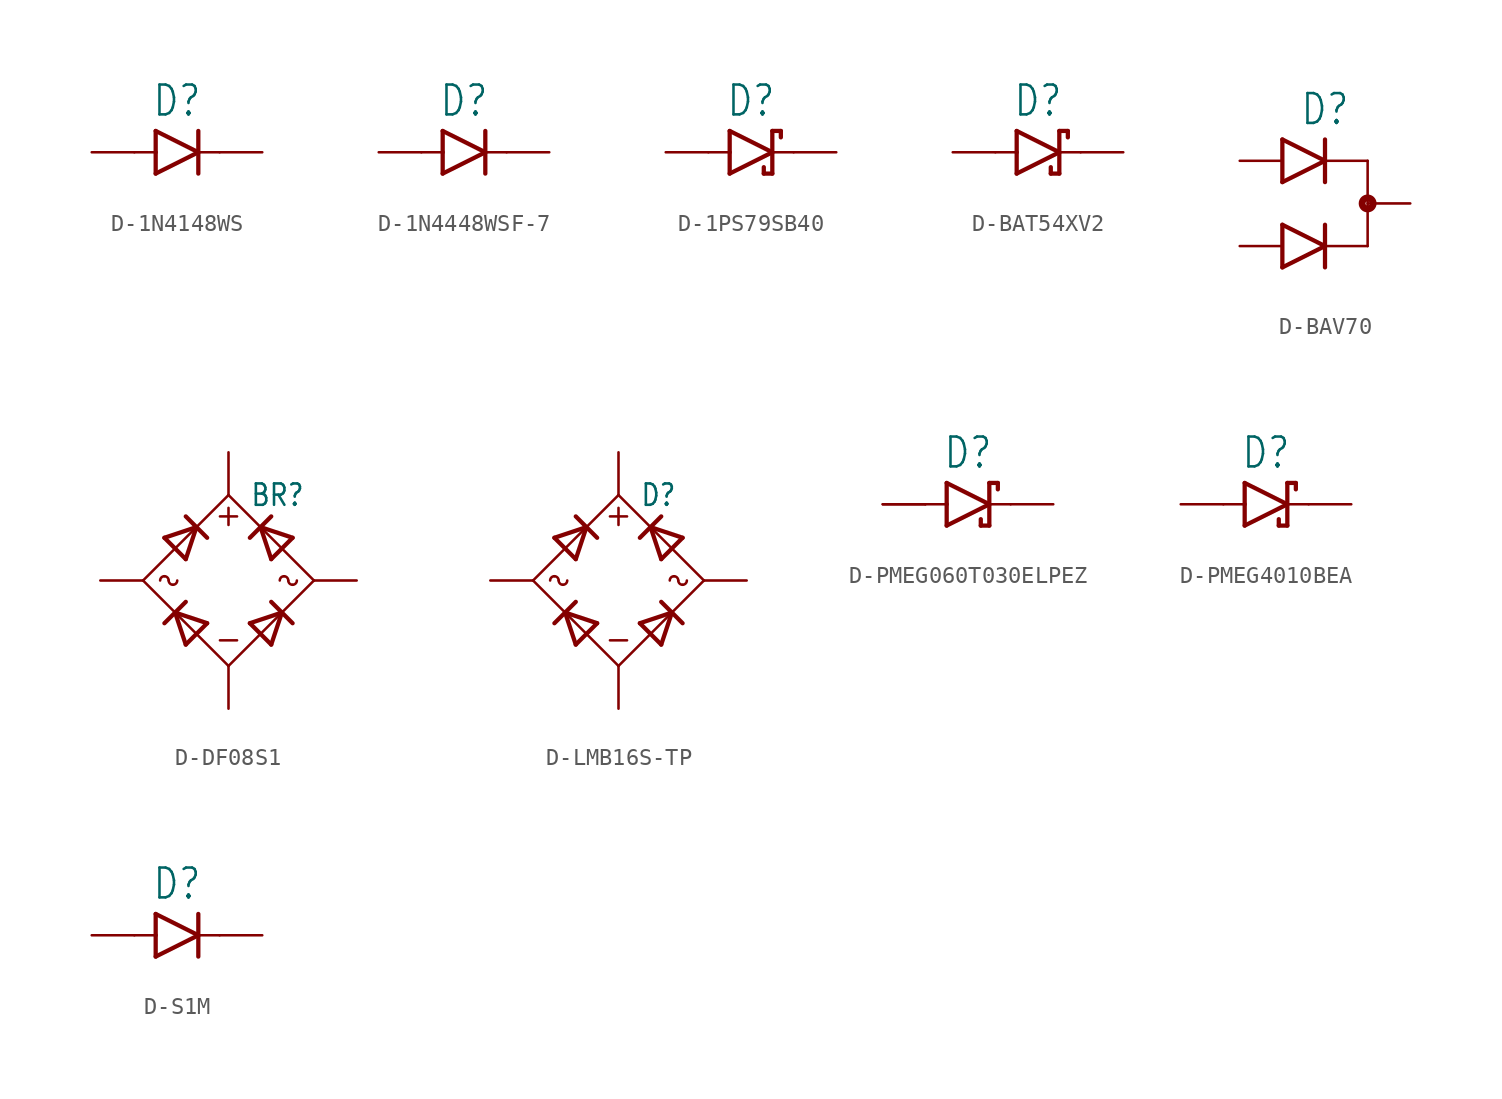
<source format=kicad_sym>
(kicad_symbol_lib
  (version 20231120)
  (generator "kicad_symbol_editor")
  (generator_version "8.0")
  (symbol "D-1N4148WS"
    (property "Reference" "D"
      (at 0 2.032 0)
      (effects (font (size 1.778 1.511)) (justify bottom)))
    (property "Value" ""
      (at 0 -2.032 0)
      (effects (font (size 1.778 1.511)) (justify top)))
    (property "ki_locked" ""
      (at 0 0 0)
      (effects (font (size 1.27 1.27))))
    (symbol "D-1N4148WS_1_0"
      (polyline (pts (xy -2.54 0) (xy -1.27 0)) (stroke (width 0.152) (type solid)) (fill (type none)))
      (polyline (pts (xy -1.27 -1.27) (xy 1.27 0)) (stroke (width 0.254) (type solid)) (fill (type none)))
      (polyline (pts (xy -1.27 0) (xy -1.27 -1.27)) (stroke (width 0.254) (type solid)) (fill (type none)))
      (polyline (pts (xy -1.27 1.27) (xy -1.27 0)) (stroke (width 0.254) (type solid)) (fill (type none)))
      (polyline (pts (xy 1.27 0) (xy -1.27 1.27)) (stroke (width 0.254) (type solid)) (fill (type none)))
      (polyline (pts (xy 1.27 0) (xy 1.27 -1.27)) (stroke (width 0.254) (type solid)) (fill (type none)))
      (polyline (pts (xy 1.27 1.27) (xy 1.27 0)) (stroke (width 0.254) (type solid)) (fill (type none)))
      (polyline (pts (xy 2.54 0) (xy 1.27 0)) (stroke (width 0.152) (type solid)) (fill (type none)))
      (pin passive line (at 5.08 0 180) (length 2.54) (name "C" (effects (font (size 0 0)))) (number "1" (effects (font (size 0 0)))))
      (pin passive line (at -5.08 0 0) (length 2.54) (name "A" (effects (font (size 0 0)))) (number "2" (effects (font (size 0 0)))))))
  (symbol "D-1N4448WSF-7"
    (property "Reference" "D"
      (at 0 2.032 0)
      (effects (font (size 1.778 1.511)) (justify bottom)))
    (property "Value" ""
      (at 0 -2.032 0)
      (effects (font (size 1.778 1.511)) (justify top)))
    (property "ki_locked" ""
      (at 0 0 0)
      (effects (font (size 1.27 1.27))))
    (symbol "D-1N4448WSF-7_1_0"
      (polyline (pts (xy -2.54 0) (xy -1.27 0)) (stroke (width 0.152) (type solid)) (fill (type none)))
      (polyline (pts (xy -1.27 -1.27) (xy 1.27 0)) (stroke (width 0.254) (type solid)) (fill (type none)))
      (polyline (pts (xy -1.27 0) (xy -1.27 -1.27)) (stroke (width 0.254) (type solid)) (fill (type none)))
      (polyline (pts (xy -1.27 1.27) (xy -1.27 0)) (stroke (width 0.254) (type solid)) (fill (type none)))
      (polyline (pts (xy 1.27 0) (xy -1.27 1.27)) (stroke (width 0.254) (type solid)) (fill (type none)))
      (polyline (pts (xy 1.27 0) (xy 1.27 -1.27)) (stroke (width 0.254) (type solid)) (fill (type none)))
      (polyline (pts (xy 1.27 1.27) (xy 1.27 0)) (stroke (width 0.254) (type solid)) (fill (type none)))
      (polyline (pts (xy 2.54 0) (xy 1.27 0)) (stroke (width 0.152) (type solid)) (fill (type none)))
      (pin passive line (at 5.08 0 180) (length 2.54) (name "C" (effects (font (size 0 0)))) (number "1" (effects (font (size 0 0)))))
      (pin passive line (at -5.08 0 0) (length 2.54) (name "A" (effects (font (size 0 0)))) (number "2" (effects (font (size 0 0)))))))
  (symbol "D-1PS79SB40"
    (property "Reference" "D"
      (at 0 2.032 0)
      (effects (font (size 1.778 1.511)) (justify bottom)))
    (property "Value" ""
      (at 0 -2.032 0)
      (effects (font (size 1.778 1.511)) (justify top)))
    (property "ki_locked" ""
      (at 0 0 0)
      (effects (font (size 1.27 1.27))))
    (symbol "D-1PS79SB40_1_0"
      (polyline (pts (xy -2.54 0) (xy -1.27 0)) (stroke (width 0.152) (type solid)) (fill (type none)))
      (polyline (pts (xy -1.27 -1.27) (xy 1.27 0)) (stroke (width 0.254) (type solid)) (fill (type none)))
      (polyline (pts (xy -1.27 0) (xy -1.27 -1.27)) (stroke (width 0.254) (type solid)) (fill (type none)))
      (polyline (pts (xy -1.27 1.27) (xy -1.27 0)) (stroke (width 0.254) (type solid)) (fill (type none)))
      (polyline (pts (xy 0.762 -1.27) (xy 0.762 -0.889)) (stroke (width 0.254) (type solid)) (fill (type none)))
      (polyline (pts (xy 1.27 -1.27) (xy 0.762 -1.27)) (stroke (width 0.254) (type solid)) (fill (type none)))
      (polyline (pts (xy 1.27 0) (xy -1.27 1.27)) (stroke (width 0.254) (type solid)) (fill (type none)))
      (polyline (pts (xy 1.27 0) (xy 1.27 -1.27)) (stroke (width 0.254) (type solid)) (fill (type none)))
      (polyline (pts (xy 1.27 1.27) (xy 1.27 0)) (stroke (width 0.254) (type solid)) (fill (type none)))
      (polyline (pts (xy 1.27 1.27) (xy 1.778 1.27)) (stroke (width 0.254) (type solid)) (fill (type none)))
      (polyline (pts (xy 1.778 0.889) (xy 1.778 1.27)) (stroke (width 0.254) (type solid)) (fill (type none)))
      (polyline (pts (xy 2.54 0) (xy 1.27 0)) (stroke (width 0.152) (type solid)) (fill (type none)))
      (pin passive line (at 5.08 0 180) (length 2.54) (name "C" (effects (font (size 0 0)))) (number "1" (effects (font (size 0 0)))))
      (pin passive line (at -5.08 0 0) (length 2.54) (name "A" (effects (font (size 0 0)))) (number "2" (effects (font (size 0 0)))))))
  (symbol "D-BAT54XV2"
    (property "Reference" "D"
      (at 0 2.032 0)
      (effects (font (size 1.778 1.511)) (justify bottom)))
    (property "Value" ""
      (at 0 -2.032 0)
      (effects (font (size 1.778 1.511)) (justify top)))
    (property "ki_locked" ""
      (at 0 0 0)
      (effects (font (size 1.27 1.27))))
    (symbol "D-BAT54XV2_1_0"
      (polyline (pts (xy -2.54 0) (xy -1.27 0)) (stroke (width 0.152) (type solid)) (fill (type none)))
      (polyline (pts (xy -1.27 -1.27) (xy 1.27 0)) (stroke (width 0.254) (type solid)) (fill (type none)))
      (polyline (pts (xy -1.27 0) (xy -1.27 -1.27)) (stroke (width 0.254) (type solid)) (fill (type none)))
      (polyline (pts (xy -1.27 1.27) (xy -1.27 0)) (stroke (width 0.254) (type solid)) (fill (type none)))
      (polyline (pts (xy 0.762 -1.27) (xy 0.762 -0.889)) (stroke (width 0.254) (type solid)) (fill (type none)))
      (polyline (pts (xy 1.27 -1.27) (xy 0.762 -1.27)) (stroke (width 0.254) (type solid)) (fill (type none)))
      (polyline (pts (xy 1.27 0) (xy -1.27 1.27)) (stroke (width 0.254) (type solid)) (fill (type none)))
      (polyline (pts (xy 1.27 0) (xy 1.27 -1.27)) (stroke (width 0.254) (type solid)) (fill (type none)))
      (polyline (pts (xy 1.27 1.27) (xy 1.27 0)) (stroke (width 0.254) (type solid)) (fill (type none)))
      (polyline (pts (xy 1.27 1.27) (xy 1.778 1.27)) (stroke (width 0.254) (type solid)) (fill (type none)))
      (polyline (pts (xy 1.778 0.889) (xy 1.778 1.27)) (stroke (width 0.254) (type solid)) (fill (type none)))
      (polyline (pts (xy 2.54 0) (xy 1.27 0)) (stroke (width 0.152) (type solid)) (fill (type none)))
      (pin passive line (at 5.08 0 180) (length 2.54) (name "C" (effects (font (size 0 0)))) (number "1" (effects (font (size 0 0)))))
      (pin passive line (at -5.08 0 0) (length 2.54) (name "A" (effects (font (size 0 0)))) (number "2" (effects (font (size 0 0)))))))
  (symbol "D-BAV70"
    (property "Reference" "D"
      (at 0 4.572 0)
      (effects (font (size 1.778 1.511)) (justify bottom)))
    (property "Value" ""
      (at 0 -4.572 0)
      (effects (font (size 1.778 1.511)) (justify top)))
    (property "ki_locked" ""
      (at 0 0 0)
      (effects (font (size 1.27 1.27))))
    (symbol "D-BAV70_1_0"
      (polyline (pts (xy -2.54 -3.81) (xy 0 -2.54)) (stroke (width 0.254) (type solid)) (fill (type none)))
      (polyline (pts (xy -2.54 -1.27) (xy -2.54 -3.81)) (stroke (width 0.254) (type solid)) (fill (type none)))
      (polyline (pts (xy -2.54 1.27) (xy 0 2.54)) (stroke (width 0.254) (type solid)) (fill (type none)))
      (polyline (pts (xy -2.54 3.81) (xy -2.54 1.27)) (stroke (width 0.254) (type solid)) (fill (type none)))
      (polyline (pts (xy 0 -2.54) (xy -2.54 -1.27)) (stroke (width 0.254) (type solid)) (fill (type none)))
      (polyline (pts (xy 0 -2.54) (xy 0 -3.81)) (stroke (width 0.254) (type solid)) (fill (type none)))
      (polyline (pts (xy 0 -2.54) (xy 2.54 -2.54)) (stroke (width 0.152) (type solid)) (fill (type none)))
      (polyline (pts (xy 0 -1.27) (xy 0 -2.54)) (stroke (width 0.254) (type solid)) (fill (type none)))
      (polyline (pts (xy 0 2.54) (xy -2.54 3.81)) (stroke (width 0.254) (type solid)) (fill (type none)))
      (polyline (pts (xy 0 2.54) (xy 0 1.27)) (stroke (width 0.254) (type solid)) (fill (type none)))
      (polyline (pts (xy 0 2.54) (xy 2.54 2.54)) (stroke (width 0.152) (type solid)) (fill (type none)))
      (polyline (pts (xy 0 3.81) (xy 0 2.54)) (stroke (width 0.254) (type solid)) (fill (type none)))
      (polyline (pts (xy 2.54 -2.54) (xy 2.54 2.54)) (stroke (width 0.152) (type solid)) (fill (type none)))
      (circle (center 2.54 0) (radius 0.127) (stroke (width 0.406) (type solid)) (fill (type none)))
      (pin passive line (at -5.08 2.54 0) (length 2.54) (name "A1" (effects (font (size 0 0)))) (number "1" (effects (font (size 0 0)))))
      (pin passive line (at -5.08 -2.54 0) (length 2.54) (name "A2" (effects (font (size 0 0)))) (number "2" (effects (font (size 0 0)))))
      (pin passive line (at 5.08 0 180) (length 2.54) (name "C" (effects (font (size 0 0)))) (number "3" (effects (font (size 0 0)))))))
  (symbol "D-DF08S1"
    (property "Reference" "BR"
      (at 1.27 5.08 0)
      (effects (font (size 1.27 1.079)) (justify left)))
    (property "Value" ""
      (at 1.27 -5.08 0)
      (effects (font (size 1.27 1.079)) (justify left)))
    (property "ki_locked" ""
      (at 0 0 0)
      (effects (font (size 1.27 1.27))))
    (symbol "D-DF08S1_1_0"
      (arc (start -3.81 0.254) (mid -3.9896 0.1796) (end -4.064 0) (stroke (width 0.1524) (type solid)) (fill (type none)))
      (arc (start -3.556 0) (mid -3.6304 0.1796) (end -3.81 0.254) (stroke (width 0.1524) (type solid)) (fill (type none)))
      (arc (start -3.556 0) (mid -3.4816 -0.1796) (end -3.302 -0.254) (stroke (width 0.1524) (type solid)) (fill (type none)))
      (arc (start -3.302 -0.254) (mid -3.1224 -0.1796) (end -3.048 0) (stroke (width 0.1524) (type solid)) (fill (type none)))
      (polyline (pts (xy -5.08 0) (xy 0 -5.08)) (stroke (width 0.152) (type solid)) (fill (type none)))
      (polyline (pts (xy -3.81 -2.54) (xy -2.54 -1.27)) (stroke (width 0.254) (type solid)) (fill (type none)))
      (polyline (pts (xy -3.81 2.54) (xy -1.905 3.175)) (stroke (width 0.254) (type solid)) (fill (type none)))
      (polyline (pts (xy -3.175 -1.905) (xy -1.27 -2.54)) (stroke (width 0.254) (type solid)) (fill (type none)))
      (polyline (pts (xy -2.54 -3.81) (xy -3.175 -1.905)) (stroke (width 0.254) (type solid)) (fill (type none)))
      (polyline (pts (xy -2.54 1.27) (xy -3.81 2.54)) (stroke (width 0.254) (type solid)) (fill (type none)))
      (polyline (pts (xy -2.54 3.81) (xy -1.27 2.54)) (stroke (width 0.254) (type solid)) (fill (type none)))
      (polyline (pts (xy -1.905 3.175) (xy -2.54 1.27)) (stroke (width 0.254) (type solid)) (fill (type none)))
      (polyline (pts (xy -1.27 -2.54) (xy -2.54 -3.81)) (stroke (width 0.254) (type solid)) (fill (type none)))
      (polyline (pts (xy -0.508 -3.556) (xy 0.508 -3.556)) (stroke (width 0.152) (type solid)) (fill (type none)))
      (polyline (pts (xy -0.508 3.81) (xy 0.508 3.81)) (stroke (width 0.152) (type solid)) (fill (type none)))
      (polyline (pts (xy 0 -5.08) (xy 5.08 0)) (stroke (width 0.152) (type solid)) (fill (type none)))
      (polyline (pts (xy 0 4.318) (xy 0 3.302)) (stroke (width 0.152) (type solid)) (fill (type none)))
      (polyline (pts (xy 0 5.08) (xy -5.08 0)) (stroke (width 0.152) (type solid)) (fill (type none)))
      (polyline (pts (xy 1.27 -2.54) (xy 3.175 -1.905)) (stroke (width 0.254) (type solid)) (fill (type none)))
      (polyline (pts (xy 1.27 2.54) (xy 2.54 3.81)) (stroke (width 0.254) (type solid)) (fill (type none)))
      (polyline (pts (xy 1.905 3.175) (xy 3.81 2.54)) (stroke (width 0.254) (type solid)) (fill (type none)))
      (polyline (pts (xy 2.54 -3.81) (xy 1.27 -2.54)) (stroke (width 0.254) (type solid)) (fill (type none)))
      (polyline (pts (xy 2.54 -1.27) (xy 3.81 -2.54)) (stroke (width 0.254) (type solid)) (fill (type none)))
      (polyline (pts (xy 2.54 1.27) (xy 1.905 3.175)) (stroke (width 0.254) (type solid)) (fill (type none)))
      (polyline (pts (xy 3.175 -1.905) (xy 2.54 -3.81)) (stroke (width 0.254) (type solid)) (fill (type none)))
      (polyline (pts (xy 3.81 2.54) (xy 2.54 1.27)) (stroke (width 0.254) (type solid)) (fill (type none)))
      (polyline (pts (xy 5.08 0) (xy 0 5.08)) (stroke (width 0.152) (type solid)) (fill (type none)))
      (arc (start 3.302 0.254) (mid 3.1224 0.1796) (end 3.048 0) (stroke (width 0.1524) (type solid)) (fill (type none)))
      (arc (start 3.556 0) (mid 3.4816 0.1796) (end 3.302 0.254) (stroke (width 0.1524) (type solid)) (fill (type none)))
      (arc (start 3.556 0) (mid 3.6304 -0.1796) (end 3.81 -0.254) (stroke (width 0.1524) (type solid)) (fill (type none)))
      (arc (start 3.81 -0.254) (mid 3.9896 -0.1796) (end 4.064 0) (stroke (width 0.1524) (type solid)) (fill (type none)))
      (pin passive line (at -7.62 0 0) (length 2.54) (name "AC1" (effects (font (size 0 0)))) (number "AC1" (effects (font (size 0 0)))))
      (pin passive line (at 7.62 0 180) (length 2.54) (name "AC2" (effects (font (size 0 0)))) (number "AC2" (effects (font (size 0 0)))))
      (pin passive line (at 0 -7.62 90) (length 2.54) (name "MINUS" (effects (font (size 0 0)))) (number "MINUS" (effects (font (size 0 0)))))
      (pin passive line (at 0 7.62 270) (length 2.54) (name "PLUS" (effects (font (size 0 0)))) (number "PLUS" (effects (font (size 0 0)))))))
  (symbol "D-LMB16S-TP"
    (property "Reference" "D"
      (at 1.27 5.08 0)
      (effects (font (size 1.27 1.079)) (justify left)))
    (property "Value" ""
      (at 1.27 -5.08 0)
      (effects (font (size 1.27 1.079)) (justify left)))
    (property "ki_locked" ""
      (at 0 0 0)
      (effects (font (size 1.27 1.27))))
    (symbol "D-LMB16S-TP_1_0"
      (arc (start -3.81 0.254) (mid -3.9896 0.1796) (end -4.064 0) (stroke (width 0.1524) (type solid)) (fill (type none)))
      (arc (start -3.556 0) (mid -3.6304 0.1796) (end -3.81 0.254) (stroke (width 0.1524) (type solid)) (fill (type none)))
      (arc (start -3.556 0) (mid -3.4816 -0.1796) (end -3.302 -0.254) (stroke (width 0.1524) (type solid)) (fill (type none)))
      (arc (start -3.302 -0.254) (mid -3.1224 -0.1796) (end -3.048 0) (stroke (width 0.1524) (type solid)) (fill (type none)))
      (polyline (pts (xy -5.08 0) (xy 0 -5.08)) (stroke (width 0.152) (type solid)) (fill (type none)))
      (polyline (pts (xy -3.81 -2.54) (xy -2.54 -1.27)) (stroke (width 0.254) (type solid)) (fill (type none)))
      (polyline (pts (xy -3.81 2.54) (xy -1.905 3.175)) (stroke (width 0.254) (type solid)) (fill (type none)))
      (polyline (pts (xy -3.175 -1.905) (xy -1.27 -2.54)) (stroke (width 0.254) (type solid)) (fill (type none)))
      (polyline (pts (xy -2.54 -3.81) (xy -3.175 -1.905)) (stroke (width 0.254) (type solid)) (fill (type none)))
      (polyline (pts (xy -2.54 1.27) (xy -3.81 2.54)) (stroke (width 0.254) (type solid)) (fill (type none)))
      (polyline (pts (xy -2.54 3.81) (xy -1.27 2.54)) (stroke (width 0.254) (type solid)) (fill (type none)))
      (polyline (pts (xy -1.905 3.175) (xy -2.54 1.27)) (stroke (width 0.254) (type solid)) (fill (type none)))
      (polyline (pts (xy -1.27 -2.54) (xy -2.54 -3.81)) (stroke (width 0.254) (type solid)) (fill (type none)))
      (polyline (pts (xy -0.508 -3.556) (xy 0.508 -3.556)) (stroke (width 0.152) (type solid)) (fill (type none)))
      (polyline (pts (xy -0.508 3.81) (xy 0.508 3.81)) (stroke (width 0.152) (type solid)) (fill (type none)))
      (polyline (pts (xy 0 -5.08) (xy 5.08 0)) (stroke (width 0.152) (type solid)) (fill (type none)))
      (polyline (pts (xy 0 4.318) (xy 0 3.302)) (stroke (width 0.152) (type solid)) (fill (type none)))
      (polyline (pts (xy 0 5.08) (xy -5.08 0)) (stroke (width 0.152) (type solid)) (fill (type none)))
      (polyline (pts (xy 1.27 -2.54) (xy 3.175 -1.905)) (stroke (width 0.254) (type solid)) (fill (type none)))
      (polyline (pts (xy 1.27 2.54) (xy 2.54 3.81)) (stroke (width 0.254) (type solid)) (fill (type none)))
      (polyline (pts (xy 1.905 3.175) (xy 3.81 2.54)) (stroke (width 0.254) (type solid)) (fill (type none)))
      (polyline (pts (xy 2.54 -3.81) (xy 1.27 -2.54)) (stroke (width 0.254) (type solid)) (fill (type none)))
      (polyline (pts (xy 2.54 -1.27) (xy 3.81 -2.54)) (stroke (width 0.254) (type solid)) (fill (type none)))
      (polyline (pts (xy 2.54 1.27) (xy 1.905 3.175)) (stroke (width 0.254) (type solid)) (fill (type none)))
      (polyline (pts (xy 3.175 -1.905) (xy 2.54 -3.81)) (stroke (width 0.254) (type solid)) (fill (type none)))
      (polyline (pts (xy 3.81 2.54) (xy 2.54 1.27)) (stroke (width 0.254) (type solid)) (fill (type none)))
      (polyline (pts (xy 5.08 0) (xy 0 5.08)) (stroke (width 0.152) (type solid)) (fill (type none)))
      (arc (start 3.302 0.254) (mid 3.1224 0.1796) (end 3.048 0) (stroke (width 0.1524) (type solid)) (fill (type none)))
      (arc (start 3.556 0) (mid 3.4816 0.1796) (end 3.302 0.254) (stroke (width 0.1524) (type solid)) (fill (type none)))
      (arc (start 3.556 0) (mid 3.6304 -0.1796) (end 3.81 -0.254) (stroke (width 0.1524) (type solid)) (fill (type none)))
      (arc (start 3.81 -0.254) (mid 3.9896 -0.1796) (end 4.064 0) (stroke (width 0.1524) (type solid)) (fill (type none)))
      (pin passive line (at -7.62 0 0) (length 2.54) (name "AC1" (effects (font (size 0 0)))) (number "AC1" (effects (font (size 0 0)))))
      (pin passive line (at 7.62 0 180) (length 2.54) (name "AC2" (effects (font (size 0 0)))) (number "AC2" (effects (font (size 0 0)))))
      (pin passive line (at 0 -7.62 90) (length 2.54) (name "MINUS" (effects (font (size 0 0)))) (number "MINUS" (effects (font (size 0 0)))))
      (pin passive line (at 0 7.62 270) (length 2.54) (name "PLUS" (effects (font (size 0 0)))) (number "PLUS" (effects (font (size 0 0)))))))
  (symbol "D-PMEG060T030ELPEZ"
    (property "Reference" "D"
      (at 0 2.032 0)
      (effects (font (size 1.778 1.511)) (justify bottom)))
    (property "Value" ""
      (at 0 -2.032 0)
      (effects (font (size 1.778 1.511)) (justify top)))
    (property "ki_locked" ""
      (at 0 0 0)
      (effects (font (size 1.27 1.27))))
    (symbol "D-PMEG060T030ELPEZ_1_0"
      (polyline (pts (xy -2.54 0) (xy -1.27 0)) (stroke (width 0.152) (type solid)) (fill (type none)))
      (polyline (pts (xy -1.27 -1.27) (xy 1.27 0)) (stroke (width 0.254) (type solid)) (fill (type none)))
      (polyline (pts (xy -1.27 0) (xy -1.27 -1.27)) (stroke (width 0.254) (type solid)) (fill (type none)))
      (polyline (pts (xy -1.27 1.27) (xy -1.27 0)) (stroke (width 0.254) (type solid)) (fill (type none)))
      (polyline (pts (xy 0.762 -1.27) (xy 0.762 -0.889)) (stroke (width 0.254) (type solid)) (fill (type none)))
      (polyline (pts (xy 1.27 -1.27) (xy 0.762 -1.27)) (stroke (width 0.254) (type solid)) (fill (type none)))
      (polyline (pts (xy 1.27 0) (xy -1.27 1.27)) (stroke (width 0.254) (type solid)) (fill (type none)))
      (polyline (pts (xy 1.27 0) (xy 1.27 -1.27)) (stroke (width 0.254) (type solid)) (fill (type none)))
      (polyline (pts (xy 1.27 1.27) (xy 1.27 0)) (stroke (width 0.254) (type solid)) (fill (type none)))
      (polyline (pts (xy 1.27 1.27) (xy 1.778 1.27)) (stroke (width 0.254) (type solid)) (fill (type none)))
      (polyline (pts (xy 1.778 0.889) (xy 1.778 1.27)) (stroke (width 0.254) (type solid)) (fill (type none)))
      (polyline (pts (xy 2.54 0) (xy 1.27 0)) (stroke (width 0.152) (type solid)) (fill (type none)))
      (pin passive line (at -5.08 0 0) (length 2.54) (name "A" (effects (font (size 0 0)))) (number "1" (effects (font (size 0 0)))))
      (pin passive line (at -5.08 0 0) (length 2.54) (name "A" (effects (font (size 0 0)))) (number "2" (effects (font (size 0 0)))))
      (pin passive line (at 5.08 0 180) (length 2.54) (name "C" (effects (font (size 0 0)))) (number "3" (effects (font (size 0 0)))))))
  (symbol "D-PMEG4010BEA"
    (property "Reference" "D"
      (at 0 2.032 0)
      (effects (font (size 1.778 1.511)) (justify bottom)))
    (property "Value" ""
      (at 0 -2.032 0)
      (effects (font (size 1.778 1.511)) (justify top)))
    (property "ki_locked" ""
      (at 0 0 0)
      (effects (font (size 1.27 1.27))))
    (symbol "D-PMEG4010BEA_1_0"
      (polyline (pts (xy -2.54 0) (xy -1.27 0)) (stroke (width 0.152) (type solid)) (fill (type none)))
      (polyline (pts (xy -1.27 -1.27) (xy 1.27 0)) (stroke (width 0.254) (type solid)) (fill (type none)))
      (polyline (pts (xy -1.27 0) (xy -1.27 -1.27)) (stroke (width 0.254) (type solid)) (fill (type none)))
      (polyline (pts (xy -1.27 1.27) (xy -1.27 0)) (stroke (width 0.254) (type solid)) (fill (type none)))
      (polyline (pts (xy 0.762 -1.27) (xy 0.762 -0.889)) (stroke (width 0.254) (type solid)) (fill (type none)))
      (polyline (pts (xy 1.27 -1.27) (xy 0.762 -1.27)) (stroke (width 0.254) (type solid)) (fill (type none)))
      (polyline (pts (xy 1.27 0) (xy -1.27 1.27)) (stroke (width 0.254) (type solid)) (fill (type none)))
      (polyline (pts (xy 1.27 0) (xy 1.27 -1.27)) (stroke (width 0.254) (type solid)) (fill (type none)))
      (polyline (pts (xy 1.27 1.27) (xy 1.27 0)) (stroke (width 0.254) (type solid)) (fill (type none)))
      (polyline (pts (xy 1.27 1.27) (xy 1.778 1.27)) (stroke (width 0.254) (type solid)) (fill (type none)))
      (polyline (pts (xy 1.778 0.889) (xy 1.778 1.27)) (stroke (width 0.254) (type solid)) (fill (type none)))
      (polyline (pts (xy 2.54 0) (xy 1.27 0)) (stroke (width 0.152) (type solid)) (fill (type none)))
      (pin passive line (at 5.08 0 180) (length 2.54) (name "C" (effects (font (size 0 0)))) (number "1" (effects (font (size 0 0)))))
      (pin passive line (at -5.08 0 0) (length 2.54) (name "A" (effects (font (size 0 0)))) (number "2" (effects (font (size 0 0)))))))
  (symbol "D-S1M"
    (property "Reference" "D"
      (at 0 2.032 0)
      (effects (font (size 1.778 1.511)) (justify bottom)))
    (property "Value" ""
      (at 0 -2.032 0)
      (effects (font (size 1.778 1.511)) (justify top)))
    (property "ki_locked" ""
      (at 0 0 0)
      (effects (font (size 1.27 1.27))))
    (symbol "D-S1M_1_0"
      (polyline (pts (xy -2.54 0) (xy -1.27 0)) (stroke (width 0.152) (type solid)) (fill (type none)))
      (polyline (pts (xy -1.27 -1.27) (xy 1.27 0)) (stroke (width 0.254) (type solid)) (fill (type none)))
      (polyline (pts (xy -1.27 0) (xy -1.27 -1.27)) (stroke (width 0.254) (type solid)) (fill (type none)))
      (polyline (pts (xy -1.27 1.27) (xy -1.27 0)) (stroke (width 0.254) (type solid)) (fill (type none)))
      (polyline (pts (xy 1.27 0) (xy -1.27 1.27)) (stroke (width 0.254) (type solid)) (fill (type none)))
      (polyline (pts (xy 1.27 0) (xy 1.27 -1.27)) (stroke (width 0.254) (type solid)) (fill (type none)))
      (polyline (pts (xy 1.27 1.27) (xy 1.27 0)) (stroke (width 0.254) (type solid)) (fill (type none)))
      (polyline (pts (xy 2.54 0) (xy 1.27 0)) (stroke (width 0.152) (type solid)) (fill (type none)))
      (pin passive line (at -5.08 0 0) (length 2.54) (name "A" (effects (font (size 0 0)))) (number "A" (effects (font (size 0 0)))))
      (pin passive line (at 5.08 0 180) (length 2.54) (name "C" (effects (font (size 0 0)))) (number "C" (effects (font (size 0 0))))))))
</source>
